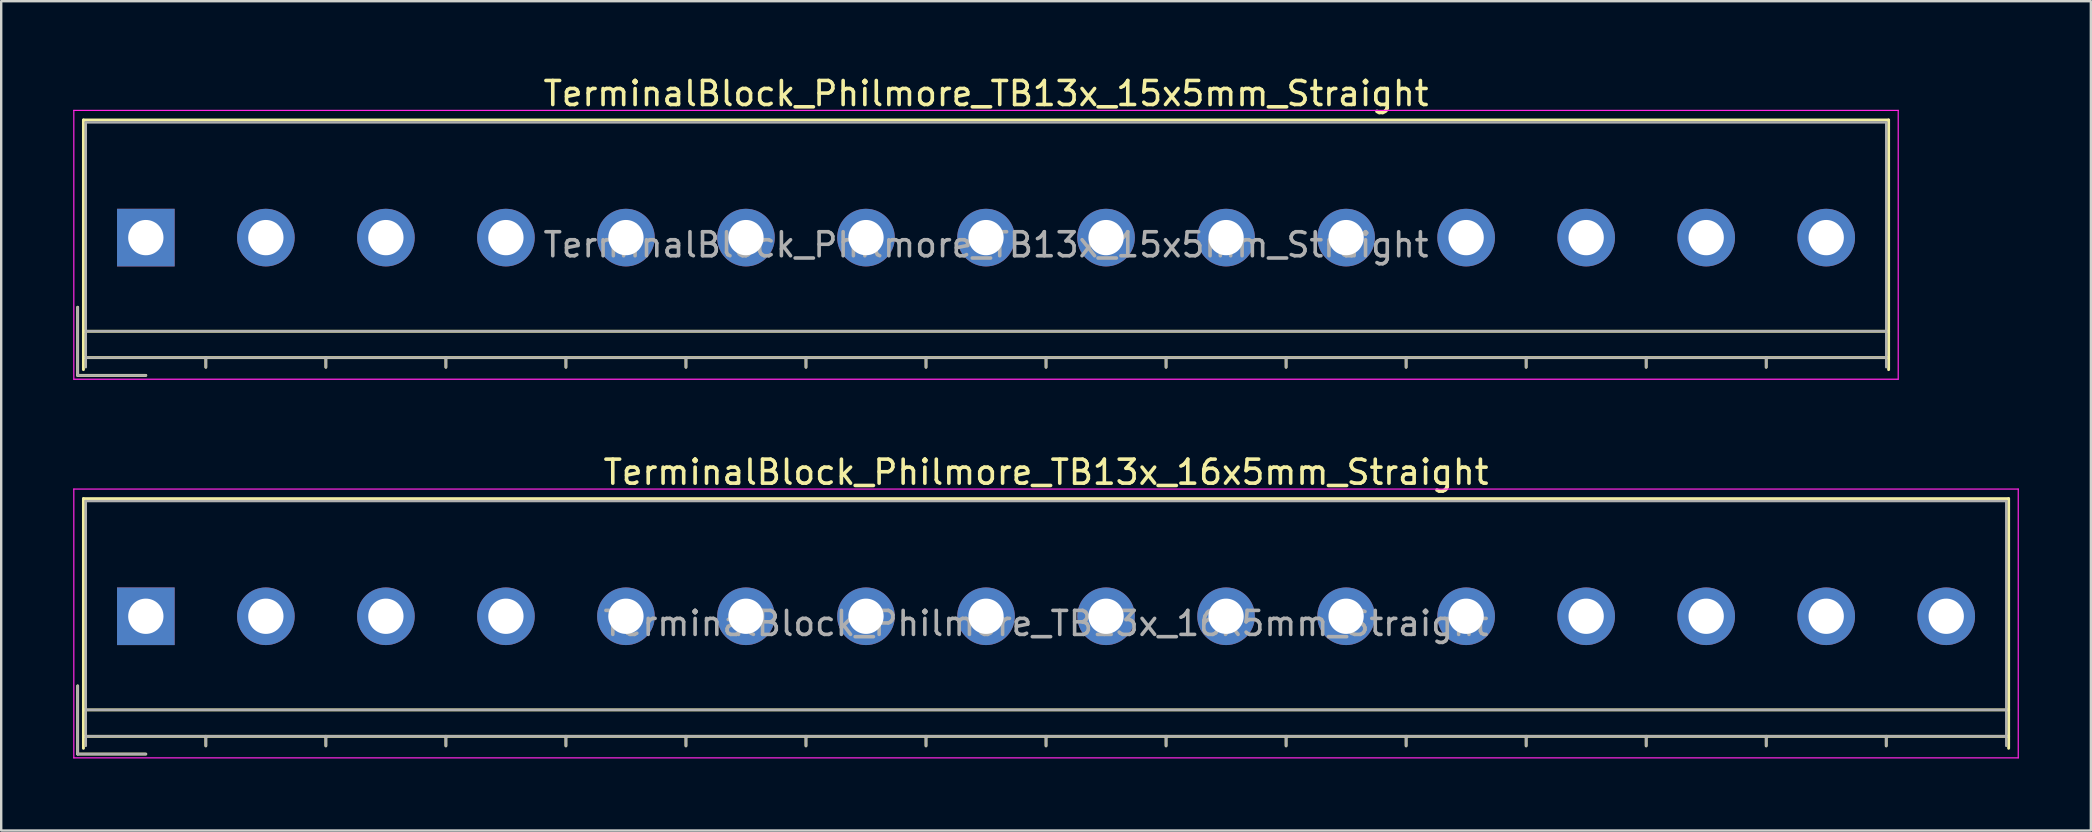
<source format=kicad_pcb>
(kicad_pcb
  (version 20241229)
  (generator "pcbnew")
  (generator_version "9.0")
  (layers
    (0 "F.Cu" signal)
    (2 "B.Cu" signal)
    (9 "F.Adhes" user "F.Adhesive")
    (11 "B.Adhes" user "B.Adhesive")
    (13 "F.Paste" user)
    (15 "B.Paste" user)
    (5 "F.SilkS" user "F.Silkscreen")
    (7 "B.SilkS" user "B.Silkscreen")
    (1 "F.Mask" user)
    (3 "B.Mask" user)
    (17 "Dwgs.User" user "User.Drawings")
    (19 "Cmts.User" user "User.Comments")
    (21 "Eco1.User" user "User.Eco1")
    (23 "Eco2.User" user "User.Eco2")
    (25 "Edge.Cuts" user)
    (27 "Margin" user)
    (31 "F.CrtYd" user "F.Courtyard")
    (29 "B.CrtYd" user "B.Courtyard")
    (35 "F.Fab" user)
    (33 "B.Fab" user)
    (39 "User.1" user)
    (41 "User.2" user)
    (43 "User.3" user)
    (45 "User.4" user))
  (footprint "TerminalBlock_Philmore_TB13x_16x5mm_Straight"
    (layer "F.Cu")
    (at 3.025 22.622)
    (property "Reference" "TerminalBlock_Philmore_TB13x_16x5mm_Straight" (at 37.5 -6 0) (layer "F.SilkS") (effects (font (size 1 1) (thickness 0.15))))
    (attr through_hole)
    (fp_line (start -2.84 2.9) (end -2.84 5.74) (stroke (width 0.12) (type solid)) (layer "F.SilkS"))
    (fp_line (start -2.84 5.74) (end 0 5.74) (stroke (width 0.12) (type solid)) (layer "F.SilkS"))
    (fp_line (start -2.6 -4.9) (end 77.6 -4.9) (stroke (width 0.12) (type solid)) (layer "F.SilkS"))
    (fp_line (start -2.6 3.9) (end 77.6 3.9) (stroke (width 0.12) (type solid)) (layer "F.SilkS"))
    (fp_line (start -2.6 5) (end 77.6 5) (stroke (width 0.12) (type solid)) (layer "F.SilkS"))
    (fp_line (start -2.6 5.5) (end -2.6 -4.9) (stroke (width 0.12) (type solid)) (layer "F.SilkS"))
    (fp_line (start 2.5 5) (end 2.5 5.4) (stroke (width 0.12) (type solid)) (layer "F.SilkS"))
    (fp_line (start 7.5 5) (end 7.5 5.4) (stroke (width 0.12) (type solid)) (layer "F.SilkS"))
    (fp_line (start 12.5 5) (end 12.5 5.4) (stroke (width 0.12) (type solid)) (layer "F.SilkS"))
    (fp_line (start 17.5 5) (end 17.5 5.4) (stroke (width 0.12) (type solid)) (layer "F.SilkS"))
    (fp_line (start 22.5 5) (end 22.5 5.4) (stroke (width 0.12) (type solid)) (layer "F.SilkS"))
    (fp_line (start 27.5 5) (end 27.5 5.4) (stroke (width 0.12) (type solid)) (layer "F.SilkS"))
    (fp_line (start 32.5 5) (end 32.5 5.4) (stroke (width 0.12) (type solid)) (layer "F.SilkS"))
    (fp_line (start 37.5 5) (end 37.5 5.4) (stroke (width 0.12) (type solid)) (layer "F.SilkS"))
    (fp_line (start 42.5 5) (end 42.5 5.4) (stroke (width 0.12) (type solid)) (layer "F.SilkS"))
    (fp_line (start 47.5 5) (end 47.5 5.4) (stroke (width 0.12) (type solid)) (layer "F.SilkS"))
    (fp_line (start 52.5 5) (end 52.5 5.4) (stroke (width 0.12) (type solid)) (layer "F.SilkS"))
    (fp_line (start 57.5 5) (end 57.5 5.4) (stroke (width 0.12) (type solid)) (layer "F.SilkS"))
    (fp_line (start 62.5 5) (end 62.5 5.4) (stroke (width 0.12) (type solid)) (layer "F.SilkS"))
    (fp_line (start 67.5 5) (end 67.5 5.4) (stroke (width 0.12) (type solid)) (layer "F.SilkS"))
    (fp_line (start 72.5 5) (end 72.5 5.4) (stroke (width 0.12) (type solid)) (layer "F.SilkS"))
    (fp_line (start 77.6 -4.9) (end 77.6 5.5) (stroke (width 0.12) (type solid)) (layer "F.SilkS"))
    (fp_line (start -3 -5.3) (end -3 5.9) (stroke (width 0.05) (type solid)) (layer "F.CrtYd"))
    (fp_line (start -3 5.9) (end 78 5.9) (stroke (width 0.05) (type solid)) (layer "F.CrtYd"))
    (fp_line (start 78 -5.3) (end -3 -5.3) (stroke (width 0.05) (type solid)) (layer "F.CrtYd"))
    (fp_line (start 78 5.9) (end 78 -5.3) (stroke (width 0.05) (type solid)) (layer "F.CrtYd"))
    (fp_line (start -2.84 2.9) (end -2.84 5.74) (stroke (width 0.1) (type solid)) (layer "F.Fab"))
    (fp_line (start -2.84 5.74) (end 0 5.74) (stroke (width 0.1) (type solid)) (layer "F.Fab"))
    (fp_line (start -2.5 -4.8) (end 77.5 -4.8) (stroke (width 0.1) (type solid)) (layer "F.Fab"))
    (fp_line (start -2.5 3.9) (end 77.5 3.9) (stroke (width 0.1) (type solid)) (layer "F.Fab"))
    (fp_line (start -2.5 5) (end 77.5 5) (stroke (width 0.1) (type solid)) (layer "F.Fab"))
    (fp_line (start -2.5 5.4) (end -2.5 -4.8) (stroke (width 0.1) (type solid)) (layer "F.Fab"))
    (fp_line (start 2.5 5) (end 2.5 5.4) (stroke (width 0.1) (type solid)) (layer "F.Fab"))
    (fp_line (start 7.5 5) (end 7.5 5.4) (stroke (width 0.1) (type solid)) (layer "F.Fab"))
    (fp_line (start 12.5 5) (end 12.5 5.4) (stroke (width 0.1) (type solid)) (layer "F.Fab"))
    (fp_line (start 17.5 5) (end 17.5 5.4) (stroke (width 0.1) (type solid)) (layer "F.Fab"))
    (fp_line (start 22.5 5) (end 22.5 5.4) (stroke (width 0.1) (type solid)) (layer "F.Fab"))
    (fp_line (start 27.5 5) (end 27.5 5.4) (stroke (width 0.1) (type solid)) (layer "F.Fab"))
    (fp_line (start 32.5 5) (end 32.5 5.4) (stroke (width 0.1) (type solid)) (layer "F.Fab"))
    (fp_line (start 37.5 5) (end 37.5 5.4) (stroke (width 0.1) (type solid)) (layer "F.Fab"))
    (fp_line (start 42.5 5) (end 42.5 5.4) (stroke (width 0.1) (type solid)) (layer "F.Fab"))
    (fp_line (start 47.5 5) (end 47.5 5.4) (stroke (width 0.1) (type solid)) (layer "F.Fab"))
    (fp_line (start 52.5 5) (end 52.5 5.4) (stroke (width 0.1) (type solid)) (layer "F.Fab"))
    (fp_line (start 57.5 5) (end 57.5 5.4) (stroke (width 0.1) (type solid)) (layer "F.Fab"))
    (fp_line (start 62.5 5) (end 62.5 5.4) (stroke (width 0.1) (type solid)) (layer "F.Fab"))
    (fp_line (start 67.5 5) (end 67.5 5.4) (stroke (width 0.1) (type solid)) (layer "F.Fab"))
    (fp_line (start 72.5 5) (end 72.5 5.4) (stroke (width 0.1) (type solid)) (layer "F.Fab"))
    (fp_line (start 77.5 -4.8) (end 77.5 5.4) (stroke (width 0.1) (type solid)) (layer "F.Fab"))
    (fp_text user "${REFERENCE}" (at 37.5 0.3 0) (layer "F.Fab") (effects (font (size 1 1) (thickness 0.15))))
    (pad "1" thru_hole rect (at 0 0) (size 2.4 2.4) (drill 1.47) (layers "*.Cu" "*.Mask"))
    (pad "2" thru_hole circle (at 5 0) (size 2.4 2.4) (drill 1.47) (layers "*.Cu" "*.Mask"))
    (pad "3" thru_hole circle (at 10 0) (size 2.4 2.4) (drill 1.47) (layers "*.Cu" "*.Mask"))
    (pad "4" thru_hole circle (at 15 0) (size 2.4 2.4) (drill 1.47) (layers "*.Cu" "*.Mask"))
    (pad "5" thru_hole circle (at 20 0) (size 2.4 2.4) (drill 1.47) (layers "*.Cu" "*.Mask"))
    (pad "6" thru_hole circle (at 25 0) (size 2.4 2.4) (drill 1.47) (layers "*.Cu" "*.Mask"))
    (pad "7" thru_hole circle (at 30 0) (size 2.4 2.4) (drill 1.47) (layers "*.Cu" "*.Mask"))
    (pad "8" thru_hole circle (at 35 0) (size 2.4 2.4) (drill 1.47) (layers "*.Cu" "*.Mask"))
    (pad "9" thru_hole circle (at 40 0) (size 2.4 2.4) (drill 1.47) (layers "*.Cu" "*.Mask"))
    (pad "10" thru_hole circle (at 45 0) (size 2.4 2.4) (drill 1.47) (layers "*.Cu" "*.Mask"))
    (pad "11" thru_hole circle (at 50 0) (size 2.4 2.4) (drill 1.47) (layers "*.Cu" "*.Mask"))
    (pad "12" thru_hole circle (at 55 0) (size 2.4 2.4) (drill 1.47) (layers "*.Cu" "*.Mask"))
    (pad "13" thru_hole circle (at 60 0) (size 2.4 2.4) (drill 1.47) (layers "*.Cu" "*.Mask"))
    (pad "14" thru_hole circle (at 65 0) (size 2.4 2.4) (drill 1.47) (layers "*.Cu" "*.Mask"))
    (pad "15" thru_hole circle (at 70 0) (size 2.4 2.4) (drill 1.47) (layers "*.Cu" "*.Mask"))
    (pad "16" thru_hole circle (at 75 0) (size 2.4 2.4) (drill 1.47) (layers "*.Cu" "*.Mask")))
  (footprint "TerminalBlock_Philmore_TB13x_15x5mm_Straight"
    (layer "F.Cu")
    (at 3.025 6.848)
    (property "Reference" "TerminalBlock_Philmore_TB13x_15x5mm_Straight" (at 35 -6 0) (layer "F.SilkS") (effects (font (size 1 1) (thickness 0.15))))
    (attr through_hole)
    (fp_line (start -2.84 2.9) (end -2.84 5.74) (stroke (width 0.12) (type solid)) (layer "F.SilkS"))
    (fp_line (start -2.84 5.74) (end 0 5.74) (stroke (width 0.12) (type solid)) (layer "F.SilkS"))
    (fp_line (start -2.6 -4.9) (end 72.6 -4.9) (stroke (width 0.12) (type solid)) (layer "F.SilkS"))
    (fp_line (start -2.6 3.9) (end 72.6 3.9) (stroke (width 0.12) (type solid)) (layer "F.SilkS"))
    (fp_line (start -2.6 5) (end 72.6 5) (stroke (width 0.12) (type solid)) (layer "F.SilkS"))
    (fp_line (start -2.6 5.5) (end -2.6 -4.9) (stroke (width 0.12) (type solid)) (layer "F.SilkS"))
    (fp_line (start 2.5 5) (end 2.5 5.4) (stroke (width 0.12) (type solid)) (layer "F.SilkS"))
    (fp_line (start 7.5 5) (end 7.5 5.4) (stroke (width 0.12) (type solid)) (layer "F.SilkS"))
    (fp_line (start 12.5 5) (end 12.5 5.4) (stroke (width 0.12) (type solid)) (layer "F.SilkS"))
    (fp_line (start 17.5 5) (end 17.5 5.4) (stroke (width 0.12) (type solid)) (layer "F.SilkS"))
    (fp_line (start 22.5 5) (end 22.5 5.4) (stroke (width 0.12) (type solid)) (layer "F.SilkS"))
    (fp_line (start 27.5 5) (end 27.5 5.4) (stroke (width 0.12) (type solid)) (layer "F.SilkS"))
    (fp_line (start 32.5 5) (end 32.5 5.4) (stroke (width 0.12) (type solid)) (layer "F.SilkS"))
    (fp_line (start 37.5 5) (end 37.5 5.4) (stroke (width 0.12) (type solid)) (layer "F.SilkS"))
    (fp_line (start 42.5 5) (end 42.5 5.4) (stroke (width 0.12) (type solid)) (layer "F.SilkS"))
    (fp_line (start 47.5 5) (end 47.5 5.4) (stroke (width 0.12) (type solid)) (layer "F.SilkS"))
    (fp_line (start 52.5 5) (end 52.5 5.4) (stroke (width 0.12) (type solid)) (layer "F.SilkS"))
    (fp_line (start 57.5 5) (end 57.5 5.4) (stroke (width 0.12) (type solid)) (layer "F.SilkS"))
    (fp_line (start 62.5 5) (end 62.5 5.4) (stroke (width 0.12) (type solid)) (layer "F.SilkS"))
    (fp_line (start 67.5 5) (end 67.5 5.4) (stroke (width 0.12) (type solid)) (layer "F.SilkS"))
    (fp_line (start 72.6 -4.9) (end 72.6 5.5) (stroke (width 0.12) (type solid)) (layer "F.SilkS"))
    (fp_line (start -3 -5.3) (end -3 5.9) (stroke (width 0.05) (type solid)) (layer "F.CrtYd"))
    (fp_line (start -3 5.9) (end 73 5.9) (stroke (width 0.05) (type solid)) (layer "F.CrtYd"))
    (fp_line (start 73 -5.3) (end -3 -5.3) (stroke (width 0.05) (type solid)) (layer "F.CrtYd"))
    (fp_line (start 73 5.9) (end 73 -5.3) (stroke (width 0.05) (type solid)) (layer "F.CrtYd"))
    (fp_line (start -2.84 2.9) (end -2.84 5.74) (stroke (width 0.1) (type solid)) (layer "F.Fab"))
    (fp_line (start -2.84 5.74) (end 0 5.74) (stroke (width 0.1) (type solid)) (layer "F.Fab"))
    (fp_line (start -2.5 -4.8) (end 72.5 -4.8) (stroke (width 0.1) (type solid)) (layer "F.Fab"))
    (fp_line (start -2.5 3.9) (end 72.5 3.9) (stroke (width 0.1) (type solid)) (layer "F.Fab"))
    (fp_line (start -2.5 5) (end 72.5 5) (stroke (width 0.1) (type solid)) (layer "F.Fab"))
    (fp_line (start -2.5 5.4) (end -2.5 -4.8) (stroke (width 0.1) (type solid)) (layer "F.Fab"))
    (fp_line (start 2.5 5) (end 2.5 5.4) (stroke (width 0.1) (type solid)) (layer "F.Fab"))
    (fp_line (start 7.5 5) (end 7.5 5.4) (stroke (width 0.1) (type solid)) (layer "F.Fab"))
    (fp_line (start 12.5 5) (end 12.5 5.4) (stroke (width 0.1) (type solid)) (layer "F.Fab"))
    (fp_line (start 17.5 5) (end 17.5 5.4) (stroke (width 0.1) (type solid)) (layer "F.Fab"))
    (fp_line (start 22.5 5) (end 22.5 5.4) (stroke (width 0.1) (type solid)) (layer "F.Fab"))
    (fp_line (start 27.5 5) (end 27.5 5.4) (stroke (width 0.1) (type solid)) (layer "F.Fab"))
    (fp_line (start 32.5 5) (end 32.5 5.4) (stroke (width 0.1) (type solid)) (layer "F.Fab"))
    (fp_line (start 37.5 5) (end 37.5 5.4) (stroke (width 0.1) (type solid)) (layer "F.Fab"))
    (fp_line (start 42.5 5) (end 42.5 5.4) (stroke (width 0.1) (type solid)) (layer "F.Fab"))
    (fp_line (start 47.5 5) (end 47.5 5.4) (stroke (width 0.1) (type solid)) (layer "F.Fab"))
    (fp_line (start 52.5 5) (end 52.5 5.4) (stroke (width 0.1) (type solid)) (layer "F.Fab"))
    (fp_line (start 57.5 5) (end 57.5 5.4) (stroke (width 0.1) (type solid)) (layer "F.Fab"))
    (fp_line (start 62.5 5) (end 62.5 5.4) (stroke (width 0.1) (type solid)) (layer "F.Fab"))
    (fp_line (start 67.5 5) (end 67.5 5.4) (stroke (width 0.1) (type solid)) (layer "F.Fab"))
    (fp_line (start 72.5 -4.8) (end 72.5 5.4) (stroke (width 0.1) (type solid)) (layer "F.Fab"))
    (fp_text user "${REFERENCE}" (at 35 0.3 0) (layer "F.Fab") (effects (font (size 1 1) (thickness 0.15))))
    (pad "1" thru_hole rect (at 0 0) (size 2.4 2.4) (drill 1.47) (layers "*.Cu" "*.Mask"))
    (pad "2" thru_hole circle (at 5 0) (size 2.4 2.4) (drill 1.47) (layers "*.Cu" "*.Mask"))
    (pad "3" thru_hole circle (at 10 0) (size 2.4 2.4) (drill 1.47) (layers "*.Cu" "*.Mask"))
    (pad "4" thru_hole circle (at 15 0) (size 2.4 2.4) (drill 1.47) (layers "*.Cu" "*.Mask"))
    (pad "5" thru_hole circle (at 20 0) (size 2.4 2.4) (drill 1.47) (layers "*.Cu" "*.Mask"))
    (pad "6" thru_hole circle (at 25 0) (size 2.4 2.4) (drill 1.47) (layers "*.Cu" "*.Mask"))
    (pad "7" thru_hole circle (at 30 0) (size 2.4 2.4) (drill 1.47) (layers "*.Cu" "*.Mask"))
    (pad "8" thru_hole circle (at 35 0) (size 2.4 2.4) (drill 1.47) (layers "*.Cu" "*.Mask"))
    (pad "9" thru_hole circle (at 40 0) (size 2.4 2.4) (drill 1.47) (layers "*.Cu" "*.Mask"))
    (pad "10" thru_hole circle (at 45 0) (size 2.4 2.4) (drill 1.47) (layers "*.Cu" "*.Mask"))
    (pad "11" thru_hole circle (at 50 0) (size 2.4 2.4) (drill 1.47) (layers "*.Cu" "*.Mask"))
    (pad "12" thru_hole circle (at 55 0) (size 2.4 2.4) (drill 1.47) (layers "*.Cu" "*.Mask"))
    (pad "13" thru_hole circle (at 60 0) (size 2.4 2.4) (drill 1.47) (layers "*.Cu" "*.Mask"))
    (pad "14" thru_hole circle (at 65 0) (size 2.4 2.4) (drill 1.47) (layers "*.Cu" "*.Mask"))
    (pad "15" thru_hole circle (at 70 0) (size 2.4 2.4) (drill 1.47) (layers "*.Cu" "*.Mask")))
  (gr_rect
    (start -3 -3)
    (end 84.05 31.547)
    (stroke (width 0.1) (type default))
    (fill no)
    (layer "Edge.Cuts")))
</source>
